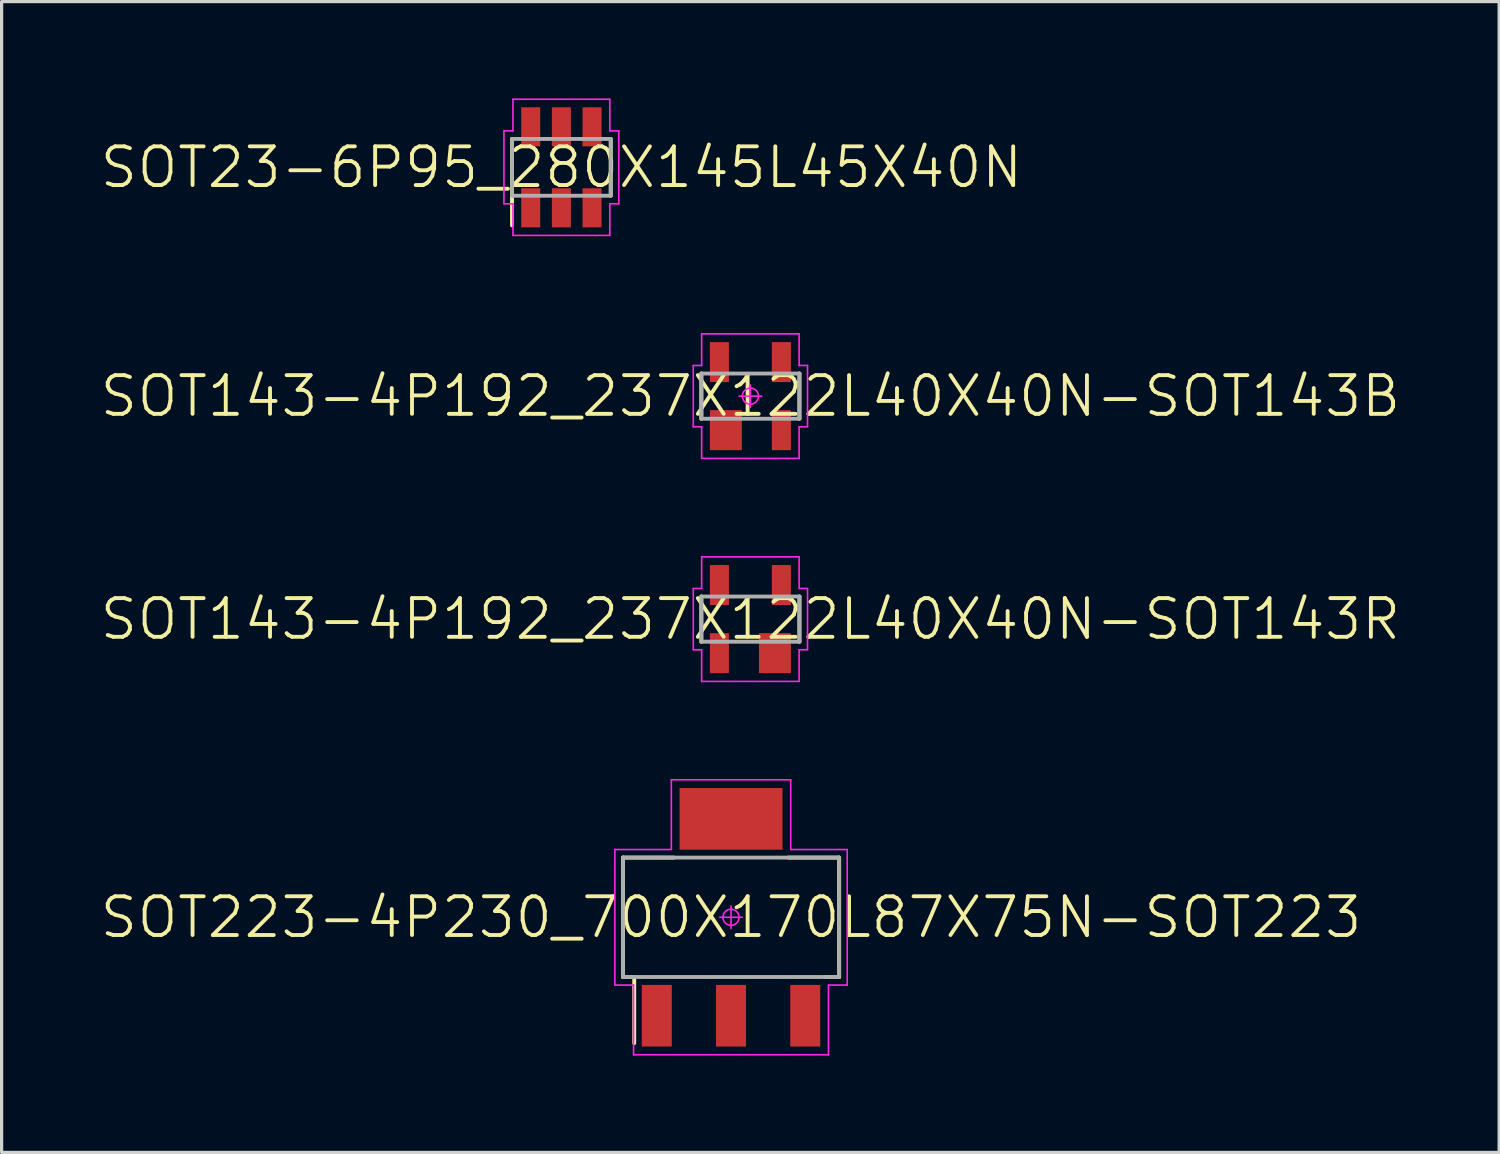
<source format=kicad_pcb>
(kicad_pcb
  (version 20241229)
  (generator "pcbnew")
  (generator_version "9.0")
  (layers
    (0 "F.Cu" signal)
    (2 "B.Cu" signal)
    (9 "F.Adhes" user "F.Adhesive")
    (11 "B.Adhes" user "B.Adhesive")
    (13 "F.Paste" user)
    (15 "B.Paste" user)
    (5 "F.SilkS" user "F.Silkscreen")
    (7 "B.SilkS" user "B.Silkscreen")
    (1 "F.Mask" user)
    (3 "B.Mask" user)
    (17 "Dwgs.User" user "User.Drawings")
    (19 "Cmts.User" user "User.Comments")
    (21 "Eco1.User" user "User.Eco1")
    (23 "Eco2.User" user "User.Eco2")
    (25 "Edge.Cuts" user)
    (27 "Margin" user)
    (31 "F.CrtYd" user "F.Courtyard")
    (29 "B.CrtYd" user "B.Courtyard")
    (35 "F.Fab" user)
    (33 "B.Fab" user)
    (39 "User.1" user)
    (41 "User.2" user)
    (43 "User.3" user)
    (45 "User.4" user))
  (footprint "SOT143-4P192_237X122L40X40N-SOT143B"
    (layer "F.Cu")
    (at 20.203 9.225)
    (property "Reference" "SOT143-4P192_237X122L40X40N-SOT143B" (at 0 0 0) (layer "F.SilkS") (effects (font (size 1.2 1.2) (thickness 0.12))))
    (attr smd)
    (fp_line (start -1.52 0.7) (end -1.52 -0.7) (stroke (width 0.12) (type solid)) (layer "F.SilkS"))
    (fp_line (start 1.52 0.7) (end 1.52 -0.7) (stroke (width 0.12) (type solid)) (layer "F.SilkS"))
    (fp_line (start -1.77 -0.95) (end -1.77 0.95) (stroke (width 0.05) (type solid)) (layer "F.CrtYd"))
    (fp_line (start -1.77 0.95) (end -1.51 0.95) (stroke (width 0.05) (type solid)) (layer "F.CrtYd"))
    (fp_line (start -1.51 -1.93) (end -1.51 -0.95) (stroke (width 0.05) (type solid)) (layer "F.CrtYd"))
    (fp_line (start -1.51 -0.95) (end -1.77 -0.95) (stroke (width 0.05) (type solid)) (layer "F.CrtYd"))
    (fp_line (start -1.51 0.95) (end -1.51 1.93) (stroke (width 0.05) (type solid)) (layer "F.CrtYd"))
    (fp_line (start -1.51 1.93) (end 1.51 1.93) (stroke (width 0.05) (type solid)) (layer "F.CrtYd"))
    (fp_line (start -0.35 0) (end 0.35 0) (stroke (width 0.05) (type solid)) (layer "F.CrtYd"))
    (fp_line (start 0 -0.35) (end 0 0.35) (stroke (width 0.05) (type solid)) (layer "F.CrtYd"))
    (fp_line (start 1.51 -1.93) (end -1.51 -1.93) (stroke (width 0.05) (type solid)) (layer "F.CrtYd"))
    (fp_line (start 1.51 -0.95) (end 1.51 -1.93) (stroke (width 0.05) (type solid)) (layer "F.CrtYd"))
    (fp_line (start 1.51 0.95) (end 1.77 0.95) (stroke (width 0.05) (type solid)) (layer "F.CrtYd"))
    (fp_line (start 1.51 1.93) (end 1.51 0.95) (stroke (width 0.05) (type solid)) (layer "F.CrtYd"))
    (fp_line (start 1.77 -0.95) (end 1.51 -0.95) (stroke (width 0.05) (type solid)) (layer "F.CrtYd"))
    (fp_line (start 1.77 0.95) (end 1.77 -0.95) (stroke (width 0.05) (type solid)) (layer "F.CrtYd"))
    (fp_circle (center 0 0) (end 0 0.25) (stroke (width 0.05) (type solid)) (fill no) (layer "F.CrtYd"))
    (fp_line (start -1.52 -0.7) (end 1.52 -0.7) (stroke (width 0.12) (type solid)) (layer "F.Fab"))
    (fp_line (start -1.52 0.7) (end -1.52 -0.7) (stroke (width 0.12) (type solid)) (layer "F.Fab"))
    (fp_line (start 1.52 -0.7) (end 1.52 0.7) (stroke (width 0.12) (type solid)) (layer "F.Fab"))
    (fp_line (start 1.52 0.7) (end -1.52 0.7) (stroke (width 0.12) (type solid)) (layer "F.Fab"))
    (pad "1" smd rect (at -0.76 1.055 90) (size 1.24 0.99) (layers "F.Cu" "F.Mask" "F.Paste"))
    (pad "2" smd rect (at 0.96 1.055 90) (size 1.24 0.59) (layers "F.Cu" "F.Mask" "F.Paste"))
    (pad "3" smd rect (at 0.96 -1.055 90) (size 1.24 0.59) (layers "F.Cu" "F.Mask" "F.Paste"))
    (pad "4" smd rect (at -0.96 -1.055 90) (size 1.24 0.59) (layers "F.Cu" "F.Mask" "F.Paste")))
  (footprint "SOT223-4P230_700X170L87X75N-SOT223"
    (layer "F.Cu")
    (at 19.603 25.375)
    (property "Reference" "SOT223-4P230_700X170L87X75N-SOT223" (at 0 0 0) (layer "F.SilkS") (effects (font (size 1.2 1.2) (thickness 0.12))))
    (attr smd)
    (fp_line (start -3.35 -1.85) (end -1.775 -1.85) (stroke (width 0.12) (type solid)) (layer "F.SilkS"))
    (fp_line (start -3.35 1.85) (end -3.35 -1.85) (stroke (width 0.12) (type solid)) (layer "F.SilkS"))
    (fp_line (start -3 1.85) (end -3.35 1.85) (stroke (width 0.12) (type solid)) (layer "F.SilkS"))
    (fp_line (start -3 3.9) (end -3 1.85) (stroke (width 0.12) (type solid)) (layer "F.SilkS"))
    (fp_line (start 2.945 1.85) (end 3.35 1.85) (stroke (width 0.12) (type solid)) (layer "F.SilkS"))
    (fp_line (start 3.35 -1.85) (end 1.775 -1.85) (stroke (width 0.12) (type solid)) (layer "F.SilkS"))
    (fp_line (start 3.35 1.85) (end 3.35 -1.85) (stroke (width 0.12) (type solid)) (layer "F.SilkS"))
    (fp_line (start -3.6 -2.1) (end -3.6 2.1) (stroke (width 0.05) (type solid)) (layer "F.CrtYd"))
    (fp_line (start -3.6 2.1) (end -3.02 2.1) (stroke (width 0.05) (type solid)) (layer "F.CrtYd"))
    (fp_line (start -3.02 2.1) (end -3.02 4.26) (stroke (width 0.05) (type solid)) (layer "F.CrtYd"))
    (fp_line (start -3.02 4.26) (end 3.02 4.26) (stroke (width 0.05) (type solid)) (layer "F.CrtYd"))
    (fp_line (start -1.85 -4.26) (end -1.85 -2.1) (stroke (width 0.05) (type solid)) (layer "F.CrtYd"))
    (fp_line (start -1.85 -2.1) (end -3.6 -2.1) (stroke (width 0.05) (type solid)) (layer "F.CrtYd"))
    (fp_line (start -0.35 0) (end 0.35 0) (stroke (width 0.05) (type solid)) (layer "F.CrtYd"))
    (fp_line (start 0 -0.35) (end 0 0.35) (stroke (width 0.05) (type solid)) (layer "F.CrtYd"))
    (fp_line (start 1.85 -4.26) (end -1.85 -4.26) (stroke (width 0.05) (type solid)) (layer "F.CrtYd"))
    (fp_line (start 1.85 -2.1) (end 1.85 -4.26) (stroke (width 0.05) (type solid)) (layer "F.CrtYd"))
    (fp_line (start 3.02 2.1) (end 3.6 2.1) (stroke (width 0.05) (type solid)) (layer "F.CrtYd"))
    (fp_line (start 3.02 4.26) (end 3.02 2.1) (stroke (width 0.05) (type solid)) (layer "F.CrtYd"))
    (fp_line (start 3.6 -2.1) (end 1.85 -2.1) (stroke (width 0.05) (type solid)) (layer "F.CrtYd"))
    (fp_line (start 3.6 2.1) (end 3.6 -2.1) (stroke (width 0.05) (type solid)) (layer "F.CrtYd"))
    (fp_circle (center 0 0) (end 0 0.25) (stroke (width 0.05) (type solid)) (fill no) (layer "F.CrtYd"))
    (fp_line (start -3.35 -1.85) (end 3.35 -1.85) (stroke (width 0.12) (type solid)) (layer "F.Fab"))
    (fp_line (start -3.35 1.85) (end -3.35 -1.85) (stroke (width 0.12) (type solid)) (layer "F.Fab"))
    (fp_line (start 3.35 -1.85) (end 3.35 1.85) (stroke (width 0.12) (type solid)) (layer "F.Fab"))
    (fp_line (start 3.35 1.85) (end -3.35 1.85) (stroke (width 0.12) (type solid)) (layer "F.Fab"))
    (pad "1" smd rect (at -2.3 3.05 90) (size 1.91 0.93) (layers "F.Cu" "F.Mask" "F.Paste"))
    (pad "2" smd rect (at 0 3.05 90) (size 1.91 0.93) (layers "F.Cu" "F.Mask" "F.Paste"))
    (pad "3" smd rect (at 2.3 3.05 90) (size 1.91 0.93) (layers "F.Cu" "F.Mask" "F.Paste"))
    (pad "4" smd rect (at 0 -3.05 90) (size 1.91 3.19) (layers "F.Cu" "F.Mask" "F.Paste")))
  (footprint "SOT143-4P192_237X122L40X40N-SOT143R"
    (layer "F.Cu")
    (at 20.203 16.135)
    (property "Reference" "SOT143-4P192_237X122L40X40N-SOT143R" (at 0 0 0) (layer "F.SilkS") (effects (font (size 1.2 1.2) (thickness 0.12))))
    (attr smd)
    (fp_line (start -1.52 0.7) (end -1.52 -0.7) (stroke (width 0.12) (type solid)) (layer "F.SilkS"))
    (fp_line (start 1.52 0.7) (end 1.52 -0.7) (stroke (width 0.12) (type solid)) (layer "F.SilkS"))
    (fp_line (start -1.77 -0.95) (end -1.77 0.95) (stroke (width 0.05) (type solid)) (layer "F.CrtYd"))
    (fp_line (start -1.77 0.95) (end -1.51 0.95) (stroke (width 0.05) (type solid)) (layer "F.CrtYd"))
    (fp_line (start -1.51 -1.93) (end -1.51 -0.95) (stroke (width 0.05) (type solid)) (layer "F.CrtYd"))
    (fp_line (start -1.51 -0.95) (end -1.77 -0.95) (stroke (width 0.05) (type solid)) (layer "F.CrtYd"))
    (fp_line (start -1.51 0.95) (end -1.51 1.93) (stroke (width 0.05) (type solid)) (layer "F.CrtYd"))
    (fp_line (start -1.51 1.93) (end 1.51 1.93) (stroke (width 0.05) (type solid)) (layer "F.CrtYd"))
    (fp_line (start 1.51 -1.93) (end -1.51 -1.93) (stroke (width 0.05) (type solid)) (layer "F.CrtYd"))
    (fp_line (start 1.51 -0.95) (end 1.51 -1.93) (stroke (width 0.05) (type solid)) (layer "F.CrtYd"))
    (fp_line (start 1.51 0.95) (end 1.77 0.95) (stroke (width 0.05) (type solid)) (layer "F.CrtYd"))
    (fp_line (start 1.51 1.93) (end 1.51 0.95) (stroke (width 0.05) (type solid)) (layer "F.CrtYd"))
    (fp_line (start 1.77 -0.95) (end 1.51 -0.95) (stroke (width 0.05) (type solid)) (layer "F.CrtYd"))
    (fp_line (start 1.77 0.95) (end 1.77 -0.95) (stroke (width 0.05) (type solid)) (layer "F.CrtYd"))
    (fp_line (start -1.52 -0.7) (end 1.52 -0.7) (stroke (width 0.12) (type solid)) (layer "F.Fab"))
    (fp_line (start -1.52 0.7) (end -1.52 -0.7) (stroke (width 0.12) (type solid)) (layer "F.Fab"))
    (fp_line (start 1.52 -0.7) (end 1.52 0.7) (stroke (width 0.12) (type solid)) (layer "F.Fab"))
    (fp_line (start 1.52 0.7) (end -1.52 0.7) (stroke (width 0.12) (type solid)) (layer "F.Fab"))
    (pad "1" smd rect (at 0.76 1.055 90) (size 1.24 0.99) (layers "F.Cu" "F.Mask" "F.Paste"))
    (pad "2" smd rect (at -0.96 1.055 90) (size 1.24 0.59) (layers "F.Cu" "F.Mask" "F.Paste"))
    (pad "3" smd rect (at -0.96 -1.055 90) (size 1.24 0.59) (layers "F.Cu" "F.Mask" "F.Paste"))
    (pad "4" smd rect (at 0.96 -1.055 90) (size 1.24 0.59) (layers "F.Cu" "F.Mask" "F.Paste")))
  (footprint "SOT23-6P95_280X145L45X40N"
    (layer "F.Cu")
    (at 14.346 2.135)
    (property "Reference" "SOT23-6P95_280X145L45X40N" (at 0 0 0) (layer "F.SilkS") (effects (font (size 1.2 1.2) (thickness 0.12))))
    (attr smd)
    (fp_line (start -1.53 1.8) (end -1.53 -0.88) (stroke (width 0.12) (type solid)) (layer "F.SilkS"))
    (fp_line (start 1.53 0.88) (end 1.53 -0.88) (stroke (width 0.12) (type solid)) (layer "F.SilkS"))
    (fp_line (start -1.78 -1.13) (end -1.78 1.13) (stroke (width 0.05) (type solid)) (layer "F.CrtYd"))
    (fp_line (start -1.78 1.13) (end -1.5 1.13) (stroke (width 0.05) (type solid)) (layer "F.CrtYd"))
    (fp_line (start -1.5 -2.11) (end -1.5 -1.13) (stroke (width 0.05) (type solid)) (layer "F.CrtYd"))
    (fp_line (start -1.5 -1.13) (end -1.78 -1.13) (stroke (width 0.05) (type solid)) (layer "F.CrtYd"))
    (fp_line (start -1.5 1.13) (end -1.5 2.11) (stroke (width 0.05) (type solid)) (layer "F.CrtYd"))
    (fp_line (start -1.5 2.11) (end 1.5 2.11) (stroke (width 0.05) (type solid)) (layer "F.CrtYd"))
    (fp_line (start 1.5 -2.11) (end -1.5 -2.11) (stroke (width 0.05) (type solid)) (layer "F.CrtYd"))
    (fp_line (start 1.5 -1.13) (end 1.5 -2.11) (stroke (width 0.05) (type solid)) (layer "F.CrtYd"))
    (fp_line (start 1.5 1.13) (end 1.78 1.13) (stroke (width 0.05) (type solid)) (layer "F.CrtYd"))
    (fp_line (start 1.5 2.11) (end 1.5 1.13) (stroke (width 0.05) (type solid)) (layer "F.CrtYd"))
    (fp_line (start 1.78 -1.13) (end 1.5 -1.13) (stroke (width 0.05) (type solid)) (layer "F.CrtYd"))
    (fp_line (start 1.78 1.13) (end 1.78 -1.13) (stroke (width 0.05) (type solid)) (layer "F.CrtYd"))
    (fp_line (start -1.53 -0.88) (end 1.53 -0.88) (stroke (width 0.12) (type solid)) (layer "F.Fab"))
    (fp_line (start -1.53 0.88) (end -1.53 -0.88) (stroke (width 0.12) (type solid)) (layer "F.Fab"))
    (fp_line (start 1.53 -0.88) (end 1.53 0.88) (stroke (width 0.12) (type solid)) (layer "F.Fab"))
    (fp_line (start 1.53 0.88) (end -1.53 0.88) (stroke (width 0.12) (type solid)) (layer "F.Fab"))
    (pad "1" smd rect (at -0.95 1.255 90) (size 1.21 0.59) (layers "F.Cu" "F.Mask" "F.Paste"))
    (pad "2" smd rect (at 0 1.255 90) (size 1.21 0.59) (layers "F.Cu" "F.Mask" "F.Paste"))
    (pad "3" smd rect (at 0.95 1.255 90) (size 1.21 0.59) (layers "F.Cu" "F.Mask" "F.Paste"))
    (pad "4" smd rect (at 0.95 -1.255 90) (size 1.21 0.59) (layers "F.Cu" "F.Mask" "F.Paste"))
    (pad "5" smd rect (at 0 -1.255 90) (size 1.21 0.59) (layers "F.Cu" "F.Mask" "F.Paste"))
    (pad "6" smd rect (at -0.95 -1.255 90) (size 1.21 0.59) (layers "F.Cu" "F.Mask" "F.Paste")))
  (gr_rect
    (start -3 -3)
    (end 43.406 32.66)
    (stroke (width 0.1) (type default))
    (fill no)
    (layer "Edge.Cuts")))
</source>
